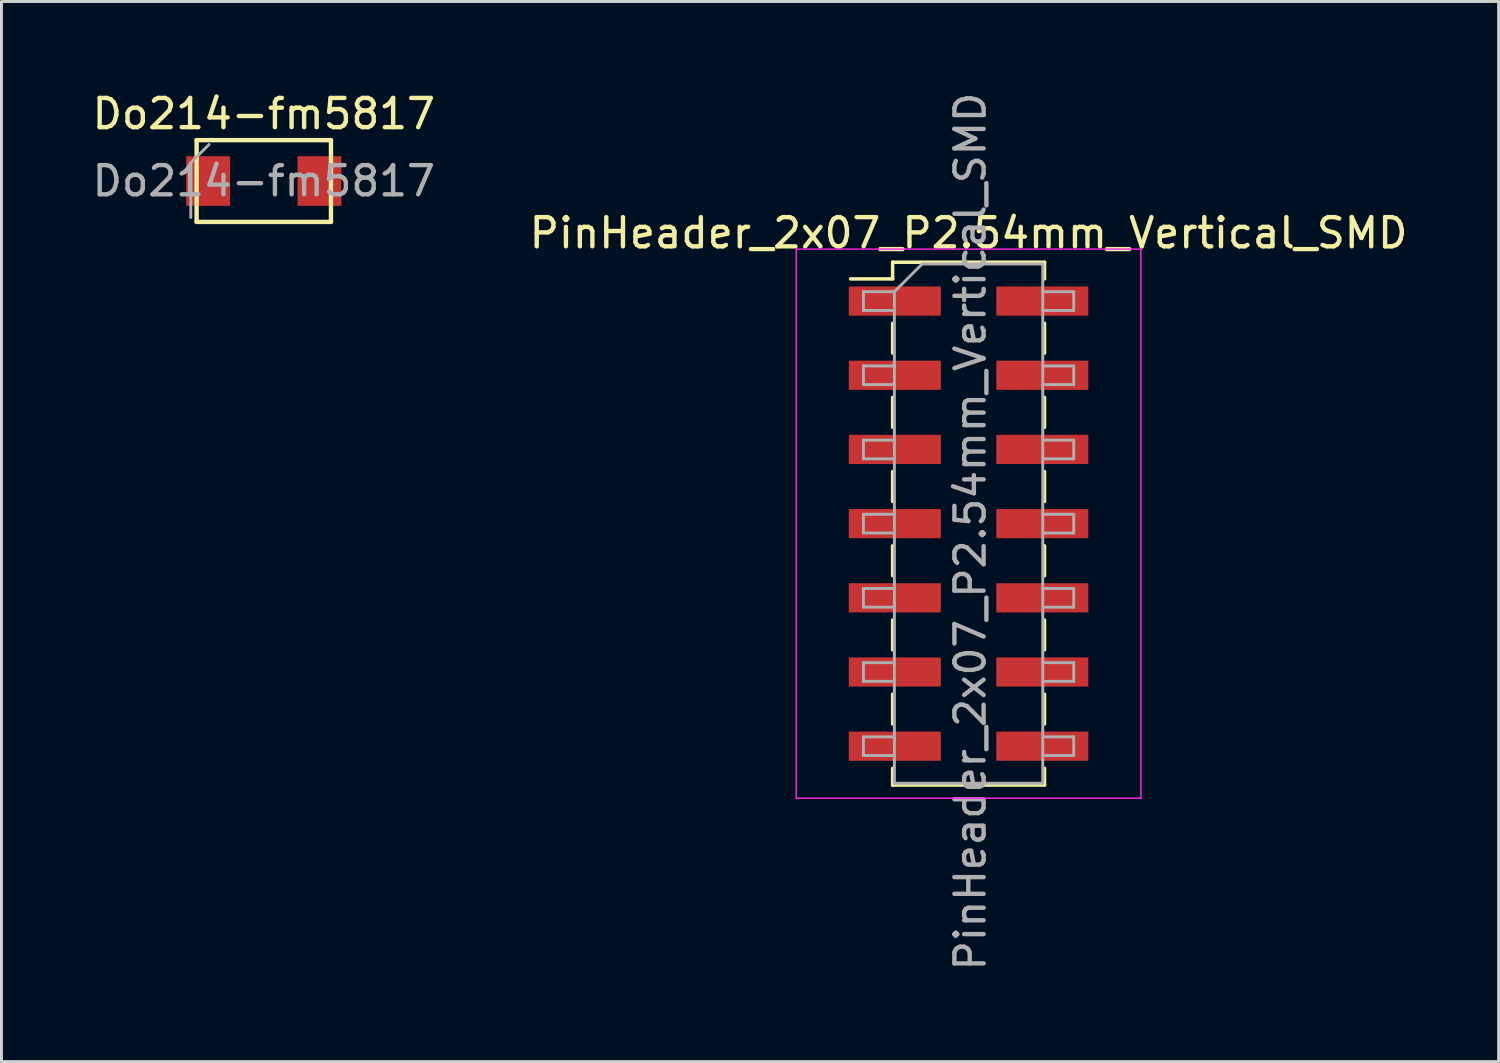
<source format=kicad_pcb>
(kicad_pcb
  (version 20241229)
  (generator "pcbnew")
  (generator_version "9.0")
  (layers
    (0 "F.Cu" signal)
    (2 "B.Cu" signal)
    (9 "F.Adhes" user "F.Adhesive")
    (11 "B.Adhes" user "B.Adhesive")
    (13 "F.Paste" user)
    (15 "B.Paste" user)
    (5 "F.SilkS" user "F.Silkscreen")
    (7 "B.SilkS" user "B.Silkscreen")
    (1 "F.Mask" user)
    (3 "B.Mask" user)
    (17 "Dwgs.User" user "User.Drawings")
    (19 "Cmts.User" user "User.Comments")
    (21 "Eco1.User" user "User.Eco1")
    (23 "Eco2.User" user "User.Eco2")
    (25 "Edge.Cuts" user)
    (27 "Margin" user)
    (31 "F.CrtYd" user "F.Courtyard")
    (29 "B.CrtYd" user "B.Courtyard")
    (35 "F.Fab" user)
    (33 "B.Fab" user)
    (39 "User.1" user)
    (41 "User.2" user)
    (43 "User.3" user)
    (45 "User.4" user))
  (footprint "PinHeader_2x07_P2.54mm_Vertical_SMD"
    (layer "F.Cu")
    (at 30.113 14.879)
    (property "Reference" "PinHeader_2x07_P2.54mm_Vertical_SMD" (at 0 -9.95 0) (layer "F.SilkS") (effects (font (size 1 1) (thickness 0.15))))
    (attr smd)
    (fp_line (start -4.04 -8.38) (end -2.6 -8.38) (stroke (width 0.12) (type solid)) (layer "F.SilkS"))
    (fp_line (start -2.6 -8.95) (end -2.6 -8.38) (stroke (width 0.12) (type solid)) (layer "F.SilkS"))
    (fp_line (start -2.6 -8.95) (end 2.6 -8.95) (stroke (width 0.12) (type solid)) (layer "F.SilkS"))
    (fp_line (start -2.6 -6.86) (end -2.6 -5.84) (stroke (width 0.12) (type solid)) (layer "F.SilkS"))
    (fp_line (start -2.6 -4.32) (end -2.6 -3.3) (stroke (width 0.12) (type solid)) (layer "F.SilkS"))
    (fp_line (start -2.6 -1.78) (end -2.6 -0.76) (stroke (width 0.12) (type solid)) (layer "F.SilkS"))
    (fp_line (start -2.6 0.76) (end -2.6 1.78) (stroke (width 0.12) (type solid)) (layer "F.SilkS"))
    (fp_line (start -2.6 3.3) (end -2.6 4.32) (stroke (width 0.12) (type solid)) (layer "F.SilkS"))
    (fp_line (start -2.6 5.84) (end -2.6 6.86) (stroke (width 0.12) (type solid)) (layer "F.SilkS"))
    (fp_line (start -2.6 8.38) (end -2.6 8.95) (stroke (width 0.12) (type solid)) (layer "F.SilkS"))
    (fp_line (start -2.6 8.95) (end 2.6 8.95) (stroke (width 0.12) (type solid)) (layer "F.SilkS"))
    (fp_line (start 2.6 -8.95) (end 2.6 -8.38) (stroke (width 0.12) (type solid)) (layer "F.SilkS"))
    (fp_line (start 2.6 -6.86) (end 2.6 -5.84) (stroke (width 0.12) (type solid)) (layer "F.SilkS"))
    (fp_line (start 2.6 -4.32) (end 2.6 -3.3) (stroke (width 0.12) (type solid)) (layer "F.SilkS"))
    (fp_line (start 2.6 -1.78) (end 2.6 -0.76) (stroke (width 0.12) (type solid)) (layer "F.SilkS"))
    (fp_line (start 2.6 0.76) (end 2.6 1.78) (stroke (width 0.12) (type solid)) (layer "F.SilkS"))
    (fp_line (start 2.6 3.3) (end 2.6 4.32) (stroke (width 0.12) (type solid)) (layer "F.SilkS"))
    (fp_line (start 2.6 5.84) (end 2.6 6.86) (stroke (width 0.12) (type solid)) (layer "F.SilkS"))
    (fp_line (start 2.6 8.38) (end 2.6 8.95) (stroke (width 0.12) (type solid)) (layer "F.SilkS"))
    (fp_line (start -5.9 -9.4) (end -5.9 9.4) (stroke (width 0.05) (type solid)) (layer "F.CrtYd"))
    (fp_line (start -5.9 9.4) (end 5.9 9.4) (stroke (width 0.05) (type solid)) (layer "F.CrtYd"))
    (fp_line (start 5.9 -9.4) (end -5.9 -9.4) (stroke (width 0.05) (type solid)) (layer "F.CrtYd"))
    (fp_line (start 5.9 9.4) (end 5.9 -9.4) (stroke (width 0.05) (type solid)) (layer "F.CrtYd"))
    (fp_line (start -3.6 -7.94) (end -3.6 -7.3) (stroke (width 0.1) (type solid)) (layer "F.Fab"))
    (fp_line (start -3.6 -7.3) (end -2.54 -7.3) (stroke (width 0.1) (type solid)) (layer "F.Fab"))
    (fp_line (start -3.6 -5.4) (end -3.6 -4.76) (stroke (width 0.1) (type solid)) (layer "F.Fab"))
    (fp_line (start -3.6 -4.76) (end -2.54 -4.76) (stroke (width 0.1) (type solid)) (layer "F.Fab"))
    (fp_line (start -3.6 -2.86) (end -3.6 -2.22) (stroke (width 0.1) (type solid)) (layer "F.Fab"))
    (fp_line (start -3.6 -2.22) (end -2.54 -2.22) (stroke (width 0.1) (type solid)) (layer "F.Fab"))
    (fp_line (start -3.6 -0.32) (end -3.6 0.32) (stroke (width 0.1) (type solid)) (layer "F.Fab"))
    (fp_line (start -3.6 0.32) (end -2.54 0.32) (stroke (width 0.1) (type solid)) (layer "F.Fab"))
    (fp_line (start -3.6 2.22) (end -3.6 2.86) (stroke (width 0.1) (type solid)) (layer "F.Fab"))
    (fp_line (start -3.6 2.86) (end -2.54 2.86) (stroke (width 0.1) (type solid)) (layer "F.Fab"))
    (fp_line (start -3.6 4.76) (end -3.6 5.4) (stroke (width 0.1) (type solid)) (layer "F.Fab"))
    (fp_line (start -3.6 5.4) (end -2.54 5.4) (stroke (width 0.1) (type solid)) (layer "F.Fab"))
    (fp_line (start -3.6 7.3) (end -3.6 7.94) (stroke (width 0.1) (type solid)) (layer "F.Fab"))
    (fp_line (start -3.6 7.94) (end -2.54 7.94) (stroke (width 0.1) (type solid)) (layer "F.Fab"))
    (fp_line (start -2.54 -7.94) (end -3.6 -7.94) (stroke (width 0.1) (type solid)) (layer "F.Fab"))
    (fp_line (start -2.54 -7.94) (end -1.59 -8.89) (stroke (width 0.1) (type solid)) (layer "F.Fab"))
    (fp_line (start -2.54 -5.4) (end -3.6 -5.4) (stroke (width 0.1) (type solid)) (layer "F.Fab"))
    (fp_line (start -2.54 -2.86) (end -3.6 -2.86) (stroke (width 0.1) (type solid)) (layer "F.Fab"))
    (fp_line (start -2.54 -0.32) (end -3.6 -0.32) (stroke (width 0.1) (type solid)) (layer "F.Fab"))
    (fp_line (start -2.54 2.22) (end -3.6 2.22) (stroke (width 0.1) (type solid)) (layer "F.Fab"))
    (fp_line (start -2.54 4.76) (end -3.6 4.76) (stroke (width 0.1) (type solid)) (layer "F.Fab"))
    (fp_line (start -2.54 7.3) (end -3.6 7.3) (stroke (width 0.1) (type solid)) (layer "F.Fab"))
    (fp_line (start -2.54 8.89) (end -2.54 -7.94) (stroke (width 0.1) (type solid)) (layer "F.Fab"))
    (fp_line (start -1.59 -8.89) (end 2.54 -8.89) (stroke (width 0.1) (type solid)) (layer "F.Fab"))
    (fp_line (start 2.54 -8.89) (end 2.54 8.89) (stroke (width 0.1) (type solid)) (layer "F.Fab"))
    (fp_line (start 2.54 -7.94) (end 3.6 -7.94) (stroke (width 0.1) (type solid)) (layer "F.Fab"))
    (fp_line (start 2.54 -5.4) (end 3.6 -5.4) (stroke (width 0.1) (type solid)) (layer "F.Fab"))
    (fp_line (start 2.54 -2.86) (end 3.6 -2.86) (stroke (width 0.1) (type solid)) (layer "F.Fab"))
    (fp_line (start 2.54 -0.32) (end 3.6 -0.32) (stroke (width 0.1) (type solid)) (layer "F.Fab"))
    (fp_line (start 2.54 2.22) (end 3.6 2.22) (stroke (width 0.1) (type solid)) (layer "F.Fab"))
    (fp_line (start 2.54 4.76) (end 3.6 4.76) (stroke (width 0.1) (type solid)) (layer "F.Fab"))
    (fp_line (start 2.54 7.3) (end 3.6 7.3) (stroke (width 0.1) (type solid)) (layer "F.Fab"))
    (fp_line (start 2.54 8.89) (end -2.54 8.89) (stroke (width 0.1) (type solid)) (layer "F.Fab"))
    (fp_line (start 3.6 -7.94) (end 3.6 -7.3) (stroke (width 0.1) (type solid)) (layer "F.Fab"))
    (fp_line (start 3.6 -7.3) (end 2.54 -7.3) (stroke (width 0.1) (type solid)) (layer "F.Fab"))
    (fp_line (start 3.6 -5.4) (end 3.6 -4.76) (stroke (width 0.1) (type solid)) (layer "F.Fab"))
    (fp_line (start 3.6 -4.76) (end 2.54 -4.76) (stroke (width 0.1) (type solid)) (layer "F.Fab"))
    (fp_line (start 3.6 -2.86) (end 3.6 -2.22) (stroke (width 0.1) (type solid)) (layer "F.Fab"))
    (fp_line (start 3.6 -2.22) (end 2.54 -2.22) (stroke (width 0.1) (type solid)) (layer "F.Fab"))
    (fp_line (start 3.6 -0.32) (end 3.6 0.32) (stroke (width 0.1) (type solid)) (layer "F.Fab"))
    (fp_line (start 3.6 0.32) (end 2.54 0.32) (stroke (width 0.1) (type solid)) (layer "F.Fab"))
    (fp_line (start 3.6 2.22) (end 3.6 2.86) (stroke (width 0.1) (type solid)) (layer "F.Fab"))
    (fp_line (start 3.6 2.86) (end 2.54 2.86) (stroke (width 0.1) (type solid)) (layer "F.Fab"))
    (fp_line (start 3.6 4.76) (end 3.6 5.4) (stroke (width 0.1) (type solid)) (layer "F.Fab"))
    (fp_line (start 3.6 5.4) (end 2.54 5.4) (stroke (width 0.1) (type solid)) (layer "F.Fab"))
    (fp_line (start 3.6 7.3) (end 3.6 7.94) (stroke (width 0.1) (type solid)) (layer "F.Fab"))
    (fp_line (start 3.6 7.94) (end 2.54 7.94) (stroke (width 0.1) (type solid)) (layer "F.Fab"))
    (fp_text user "${REFERENCE}" (at 0.06 0.27 90) (layer "F.Fab") (effects (font (size 1 1) (thickness 0.15))))
    (pad "1" smd rect (at -2.525 -7.62) (size 3.15 1) (layers "F.Cu" "F.Mask"))
    (pad "2" smd rect (at 2.525 -7.62) (size 3.15 1) (layers "F.Cu" "F.Mask"))
    (pad "3" smd rect (at -2.525 -5.08) (size 3.15 1) (layers "F.Cu" "F.Mask"))
    (pad "4" smd rect (at 2.525 -5.08) (size 3.15 1) (layers "F.Cu" "F.Mask"))
    (pad "5" smd rect (at -2.525 -2.54) (size 3.15 1) (layers "F.Cu" "F.Mask"))
    (pad "6" smd rect (at 2.525 -2.54) (size 3.15 1) (layers "F.Cu" "F.Mask"))
    (pad "7" smd rect (at -2.525 0) (size 3.15 1) (layers "F.Cu" "F.Mask"))
    (pad "8" smd rect (at 2.525 0) (size 3.15 1) (layers "F.Cu" "F.Mask"))
    (pad "9" smd rect (at -2.525 2.54) (size 3.15 1) (layers "F.Cu" "F.Mask"))
    (pad "10" smd rect (at 2.525 2.54) (size 3.15 1) (layers "F.Cu" "F.Mask"))
    (pad "11" smd rect (at -2.525 5.08) (size 3.15 1) (layers "F.Cu" "F.Mask"))
    (pad "12" smd rect (at 2.525 5.08) (size 3.15 1) (layers "F.Cu" "F.Mask"))
    (pad "13" smd rect (at -2.525 7.62) (size 3.15 1) (layers "F.Cu" "F.Mask"))
    (pad "14" smd rect (at 2.525 7.62) (size 3.15 1) (layers "F.Cu" "F.Mask")))
  (footprint "Do214-fm5817"
    (layer "F.Cu")
    (at 5.982 3.148)
    (property "Reference" "Do214-fm5817" (at 0 -2.3 0) (layer "F.SilkS") (effects (font (size 1 1) (thickness 0.15))))
    (attr smd)
    (fp_line (start -2.3 -1.4) (end 2.3 -1.4) (stroke (width 0.15) (type solid)) (layer "F.SilkS"))
    (fp_line (start -2.3 1.4) (end -2.3 -1.4) (stroke (width 0.15) (type solid)) (layer "F.SilkS"))
    (fp_line (start -2.3 1.4) (end 2.3 1.4) (stroke (width 0.15) (type solid)) (layer "F.SilkS"))
    (fp_line (start 2.3 -1.4) (end 2.3 1.4) (stroke (width 0.15) (type solid)) (layer "F.SilkS"))
    (fp_line (start -2.5 -0.625) (end -2.5 1.25) (stroke (width 0.1) (type solid)) (layer "F.Fab"))
    (fp_line (start -1.875 -1.25) (end -2.5 -0.625) (stroke (width 0.1) (type solid)) (layer "F.Fab"))
    (fp_text user "${REFERENCE}" (at 0 0 0) (layer "F.Fab") (effects (font (size 1 1) (thickness 0.15))))
    (pad "1" smd rect (at -1.905 0) (size 1.5 1.7) (layers "F.Cu" "F.Mask" "F.Paste"))
    (pad "2" smd rect (at 1.905 0) (size 1.5 1.7) (layers "F.Cu" "F.Mask" "F.Paste")))
  (gr_rect
    (start -3 -3)
    (end 48.262 33.298)
    (stroke (width 0.1) (type default))
    (fill no)
    (layer "Edge.Cuts")))
</source>
